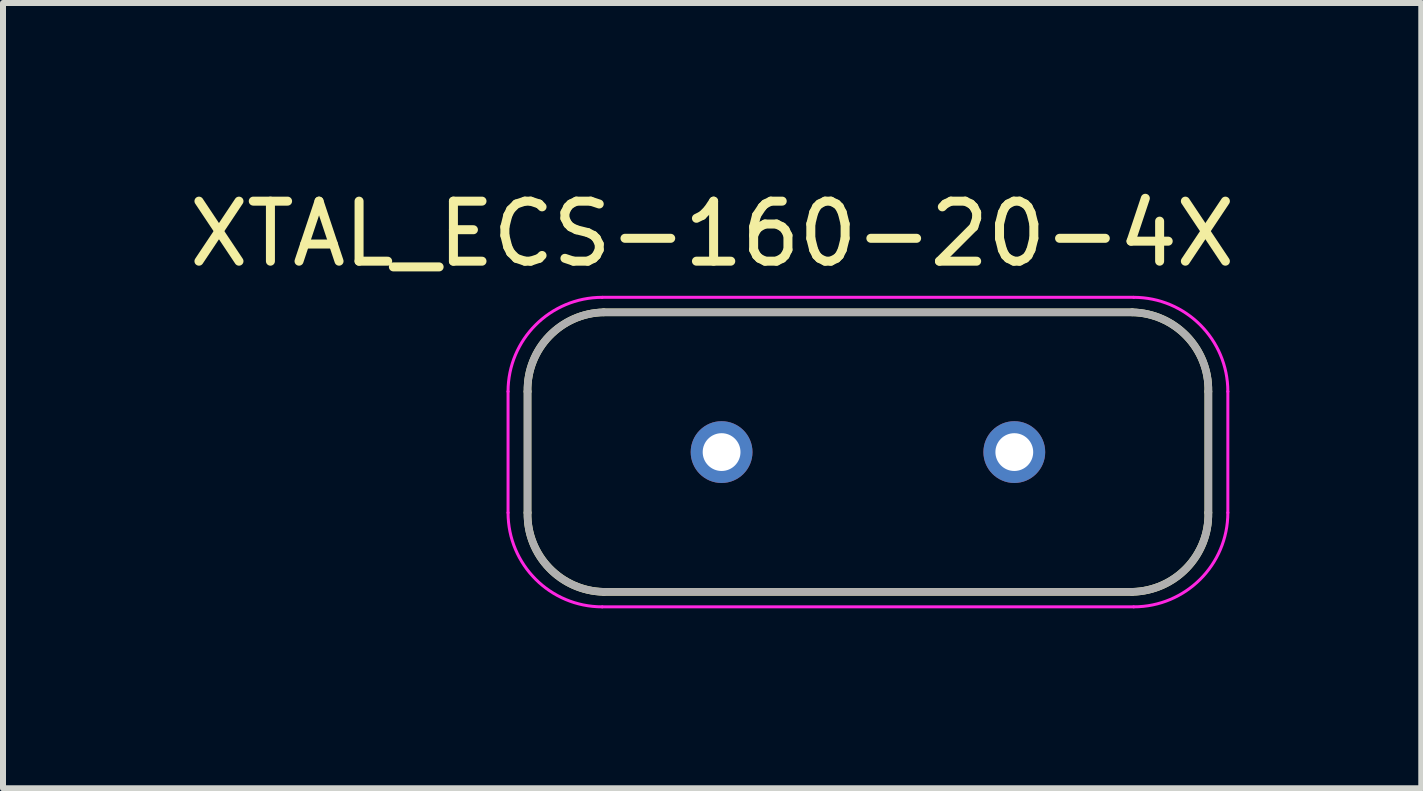
<source format=kicad_pcb>
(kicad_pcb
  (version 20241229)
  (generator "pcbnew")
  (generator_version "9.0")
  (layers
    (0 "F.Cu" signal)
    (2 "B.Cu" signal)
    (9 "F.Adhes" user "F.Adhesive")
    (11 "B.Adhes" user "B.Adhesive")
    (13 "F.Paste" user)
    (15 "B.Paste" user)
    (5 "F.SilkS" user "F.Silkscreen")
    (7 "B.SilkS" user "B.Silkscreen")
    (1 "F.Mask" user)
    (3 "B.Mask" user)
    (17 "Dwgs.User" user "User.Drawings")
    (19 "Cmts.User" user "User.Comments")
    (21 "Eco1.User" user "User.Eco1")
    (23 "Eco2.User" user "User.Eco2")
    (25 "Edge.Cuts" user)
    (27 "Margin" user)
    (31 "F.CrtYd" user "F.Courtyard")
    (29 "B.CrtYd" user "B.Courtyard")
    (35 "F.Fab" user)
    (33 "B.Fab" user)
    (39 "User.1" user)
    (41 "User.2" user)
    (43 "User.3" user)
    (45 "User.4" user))
  (footprint "XTAL_ECS-160-20-4X"
    (layer "F.Cu")
    (at 11.42 4.487)
    (property "Reference" "XTAL_ECS-160-20-4X" (at -2.597 -3.638 0) (layer "F.SilkS") (effects (font (size 1.001 1.001) (thickness 0.15))))
    (attr through_hole)
    (fp_line (start -5.675 1.01) (end -5.675 -1.01) (stroke (width 0.127) (type solid)) (layer "F.SilkS"))
    (fp_line (start -4.405 -2.33) (end 4.405 -2.33) (stroke (width 0.127) (type solid)) (layer "F.SilkS"))
    (fp_line (start 4.405 2.33) (end -4.405 2.33) (stroke (width 0.127) (type solid)) (layer "F.SilkS"))
    (fp_line (start 5.675 -1.01) (end 5.675 1.01) (stroke (width 0.127) (type solid)) (layer "F.SilkS"))
    (fp_arc (start -5.675 -1.01) (mid -5.313381 -1.933026) (end -4.405 -2.33) (stroke (width 0.127) (type solid)) (layer "F.SilkS"))
    (fp_arc (start -4.405 2.33) (mid -5.313381 1.933026) (end -5.675 1.01) (stroke (width 0.127) (type solid)) (layer "F.SilkS"))
    (fp_arc (start 4.405 -2.33) (mid 5.313381 -1.933026) (end 5.675 -1.01) (stroke (width 0.127) (type solid)) (layer "F.SilkS"))
    (fp_arc (start 5.675 1.01) (mid 5.313381 1.933026) (end 4.405 2.33) (stroke (width 0.127) (type solid)) (layer "F.SilkS"))
    (fp_line (start -6 1.01) (end -6 -1.01) (stroke (width 0.05) (type solid)) (layer "F.CrtYd"))
    (fp_line (start -4.43 -2.58) (end 4.43 -2.58) (stroke (width 0.05) (type solid)) (layer "F.CrtYd"))
    (fp_line (start 4.43 2.58) (end -4.43 2.58) (stroke (width 0.05) (type solid)) (layer "F.CrtYd"))
    (fp_line (start 6 -1.01) (end 6 1.01) (stroke (width 0.05) (type solid)) (layer "F.CrtYd"))
    (fp_arc (start -6 -1.01) (mid -5.540158 -2.120158) (end -4.43 -2.58) (stroke (width 0.05) (type solid)) (layer "F.CrtYd"))
    (fp_arc (start -4.43 2.58) (mid -5.540158 2.120158) (end -6 1.01) (stroke (width 0.05) (type solid)) (layer "F.CrtYd"))
    (fp_arc (start 4.43 -2.58) (mid 5.540158 -2.120158) (end 6 -1.01) (stroke (width 0.05) (type solid)) (layer "F.CrtYd"))
    (fp_arc (start 6 1.01) (mid 5.540158 2.120158) (end 4.43 2.58) (stroke (width 0.05) (type solid)) (layer "F.CrtYd"))
    (fp_line (start -5.675 1.01) (end -5.675 -1.01) (stroke (width 0.127) (type solid)) (layer "F.Fab"))
    (fp_line (start -4.405 -2.33) (end 4.405 -2.33) (stroke (width 0.127) (type solid)) (layer "F.Fab"))
    (fp_line (start 4.405 2.33) (end -4.405 2.33) (stroke (width 0.127) (type solid)) (layer "F.Fab"))
    (fp_line (start 5.675 -1.01) (end 5.675 1.01) (stroke (width 0.127) (type solid)) (layer "F.Fab"))
    (fp_arc (start -5.675 -1.01) (mid -5.313381 -1.933026) (end -4.405 -2.33) (stroke (width 0.127) (type solid)) (layer "F.Fab"))
    (fp_arc (start -4.405 2.33) (mid -5.313381 1.933026) (end -5.675 1.01) (stroke (width 0.127) (type solid)) (layer "F.Fab"))
    (fp_arc (start 4.405 -2.33) (mid 5.313381 -1.933026) (end 5.675 -1.01) (stroke (width 0.127) (type solid)) (layer "F.Fab"))
    (fp_arc (start 5.675 1.01) (mid 5.313381 1.933026) (end 4.405 2.33) (stroke (width 0.127) (type solid)) (layer "F.Fab"))
    (pad "1" thru_hole circle (at -2.44 0) (size 1.03 1.03) (drill 0.63) (layers "*.Cu" "*.Mask"))
    (pad "2" thru_hole circle (at 2.44 0) (size 1.03 1.03) (drill 0.63) (layers "*.Cu" "*.Mask")))
  (gr_rect
    (start -3 -3)
    (end 20.645 10.092)
    (stroke (width 0.1) (type default))
    (fill no)
    (layer "Edge.Cuts")))
</source>
